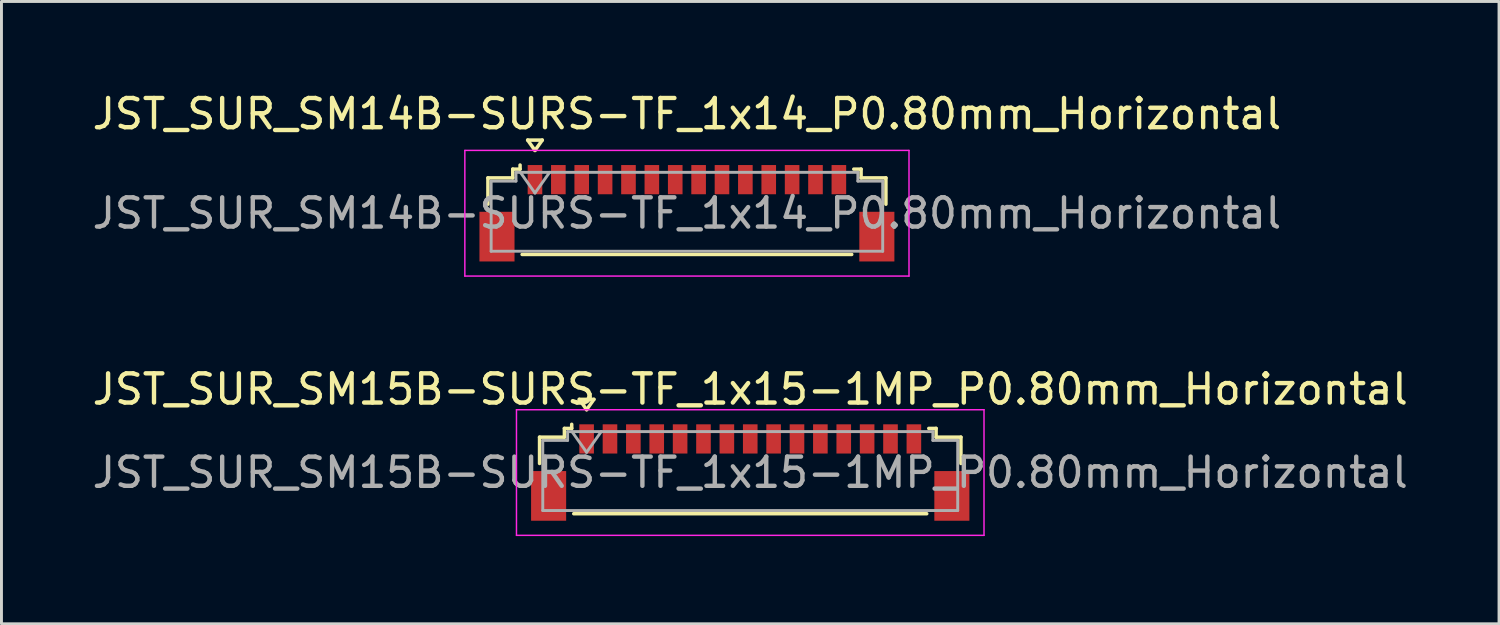
<source format=kicad_pcb>
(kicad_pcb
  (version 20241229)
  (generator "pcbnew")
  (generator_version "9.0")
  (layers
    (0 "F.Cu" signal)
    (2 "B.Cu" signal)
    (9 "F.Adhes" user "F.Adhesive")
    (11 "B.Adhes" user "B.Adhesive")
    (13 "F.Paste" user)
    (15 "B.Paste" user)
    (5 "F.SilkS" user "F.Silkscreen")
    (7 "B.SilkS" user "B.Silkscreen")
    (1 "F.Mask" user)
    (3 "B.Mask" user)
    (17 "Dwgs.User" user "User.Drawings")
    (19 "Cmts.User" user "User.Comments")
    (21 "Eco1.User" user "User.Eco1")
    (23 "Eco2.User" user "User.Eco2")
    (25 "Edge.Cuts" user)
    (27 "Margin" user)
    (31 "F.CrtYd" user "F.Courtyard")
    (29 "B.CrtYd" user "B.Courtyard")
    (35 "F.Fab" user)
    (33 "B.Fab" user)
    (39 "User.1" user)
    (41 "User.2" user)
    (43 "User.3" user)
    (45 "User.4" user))
  (footprint "JST_SUR_SM14B-SURS-TF_1x14_P0.80mm_Horizontal"
    (layer "F.Cu")
    (at 20.458 4.248)
    (property "Reference" "JST_SUR_SM14B-SURS-TF_1x14_P0.80mm_Horizontal" (at 0 -3.4 0) (layer "F.SilkS") (effects (font (size 1 1) (thickness 0.15))))
    (attr smd)
    (fp_line (start -6.81 -1.21) (end -5.96 -1.21) (stroke (width 0.12) (type solid)) (layer "F.SilkS"))
    (fp_line (start -6.81 -0.31) (end -6.81 -1.21) (stroke (width 0.12) (type solid)) (layer "F.SilkS"))
    (fp_line (start -5.96 -1.51) (end -5.71 -1.51) (stroke (width 0.12) (type solid)) (layer "F.SilkS"))
    (fp_line (start -5.96 -1.21) (end -5.96 -1.51) (stroke (width 0.12) (type solid)) (layer "F.SilkS"))
    (fp_line (start -5.71 -1.51) (end -5.71 -1.65) (stroke (width 0.12) (type solid)) (layer "F.SilkS"))
    (fp_line (start -5.64 1.41) (end 5.64 1.41) (stroke (width 0.12) (type solid)) (layer "F.SilkS"))
    (fp_line (start -5.45 -2.504) (end -5.2 -2.15) (stroke (width 0.12) (type solid)) (layer "F.SilkS"))
    (fp_line (start -5.2 -2.15) (end -4.95 -2.504) (stroke (width 0.12) (type solid)) (layer "F.SilkS"))
    (fp_line (start -4.95 -2.504) (end -5.45 -2.504) (stroke (width 0.12) (type solid)) (layer "F.SilkS"))
    (fp_line (start 5.96 -1.51) (end 5.71 -1.51) (stroke (width 0.12) (type solid)) (layer "F.SilkS"))
    (fp_line (start 5.96 -1.21) (end 5.96 -1.51) (stroke (width 0.12) (type solid)) (layer "F.SilkS"))
    (fp_line (start 6.81 -1.21) (end 5.96 -1.21) (stroke (width 0.12) (type solid)) (layer "F.SilkS"))
    (fp_line (start 6.81 -0.31) (end 6.81 -1.21) (stroke (width 0.12) (type solid)) (layer "F.SilkS"))
    (fp_line (start -7.6 -2.15) (end -7.6 2.15) (stroke (width 0.05) (type solid)) (layer "F.CrtYd"))
    (fp_line (start -7.6 2.15) (end 7.6 2.15) (stroke (width 0.05) (type solid)) (layer "F.CrtYd"))
    (fp_line (start 7.6 -2.15) (end -7.6 -2.15) (stroke (width 0.05) (type solid)) (layer "F.CrtYd"))
    (fp_line (start 7.6 2.15) (end 7.6 -2.15) (stroke (width 0.05) (type solid)) (layer "F.CrtYd"))
    (fp_line (start -6.7 -1.1) (end -6.7 1.3) (stroke (width 0.1) (type solid)) (layer "F.Fab"))
    (fp_line (start -6.7 -1.1) (end -5.85 -1.1) (stroke (width 0.1) (type solid)) (layer "F.Fab"))
    (fp_line (start -6.7 1.3) (end 6.7 1.3) (stroke (width 0.1) (type solid)) (layer "F.Fab"))
    (fp_line (start -5.85 -1.4) (end 5.85 -1.4) (stroke (width 0.1) (type solid)) (layer "F.Fab"))
    (fp_line (start -5.85 -1.1) (end -5.85 -1.4) (stroke (width 0.1) (type solid)) (layer "F.Fab"))
    (fp_line (start -5.7 -1.4) (end -5.2 -0.693) (stroke (width 0.1) (type solid)) (layer "F.Fab"))
    (fp_line (start -5.2 -0.693) (end -4.7 -1.4) (stroke (width 0.1) (type solid)) (layer "F.Fab"))
    (fp_line (start 5.85 -1.4) (end 5.85 -1.1) (stroke (width 0.1) (type solid)) (layer "F.Fab"))
    (fp_line (start 5.85 -1.1) (end 6.7 -1.1) (stroke (width 0.1) (type solid)) (layer "F.Fab"))
    (fp_line (start 6.7 -1.1) (end 6.7 1.3) (stroke (width 0.1) (type solid)) (layer "F.Fab"))
    (fp_text user "${REFERENCE}" (at 0 0 0) (layer "F.Fab") (effects (font (size 1 1) (thickness 0.15))))
    (pad "" smd rect (at -6.5 0.8) (size 1.2 1.7) (layers "F.Cu" "F.Mask" "F.Paste"))
    (pad "" smd rect (at 6.5 0.8) (size 1.2 1.7) (layers "F.Cu" "F.Mask" "F.Paste"))
    (pad "1" smd rect (at -5.2 -1.15) (size 0.5 1) (layers "F.Cu" "F.Mask" "F.Paste"))
    (pad "2" smd rect (at -4.4 -1.15) (size 0.5 1) (layers "F.Cu" "F.Mask" "F.Paste"))
    (pad "3" smd rect (at -3.6 -1.15) (size 0.5 1) (layers "F.Cu" "F.Mask" "F.Paste"))
    (pad "4" smd rect (at -2.8 -1.15) (size 0.5 1) (layers "F.Cu" "F.Mask" "F.Paste"))
    (pad "5" smd rect (at -2 -1.15) (size 0.5 1) (layers "F.Cu" "F.Mask" "F.Paste"))
    (pad "6" smd rect (at -1.2 -1.15) (size 0.5 1) (layers "F.Cu" "F.Mask" "F.Paste"))
    (pad "7" smd rect (at -0.4 -1.15) (size 0.5 1) (layers "F.Cu" "F.Mask" "F.Paste"))
    (pad "8" smd rect (at 0.4 -1.15) (size 0.5 1) (layers "F.Cu" "F.Mask" "F.Paste"))
    (pad "9" smd rect (at 1.2 -1.15) (size 0.5 1) (layers "F.Cu" "F.Mask" "F.Paste"))
    (pad "10" smd rect (at 2 -1.15) (size 0.5 1) (layers "F.Cu" "F.Mask" "F.Paste"))
    (pad "11" smd rect (at 2.8 -1.15) (size 0.5 1) (layers "F.Cu" "F.Mask" "F.Paste"))
    (pad "12" smd rect (at 3.6 -1.15) (size 0.5 1) (layers "F.Cu" "F.Mask" "F.Paste"))
    (pad "13" smd rect (at 4.4 -1.15) (size 0.5 1) (layers "F.Cu" "F.Mask" "F.Paste"))
    (pad "14" smd rect (at 5.2 -1.15) (size 0.5 1) (layers "F.Cu" "F.Mask" "F.Paste")))
  (footprint "JST_SUR_SM15B-SURS-TF_1x15-1MP_P0.80mm_Horizontal"
    (layer "F.Cu")
    (at 22.625 13.121)
    (property "Reference" "JST_SUR_SM15B-SURS-TF_1x15-1MP_P0.80mm_Horizontal" (at 0 -2.85 0) (layer "F.SilkS") (effects (font (size 1 1) (thickness 0.15))))
    (attr smd)
    (fp_line (start -7.21 -1.21) (end -6.36 -1.21) (stroke (width 0.12) (type solid)) (layer "F.SilkS"))
    (fp_line (start -7.21 -0.31) (end -7.21 -1.21) (stroke (width 0.12) (type solid)) (layer "F.SilkS"))
    (fp_line (start -6.36 -1.51) (end -6.11 -1.51) (stroke (width 0.12) (type solid)) (layer "F.SilkS"))
    (fp_line (start -6.36 -1.21) (end -6.36 -1.51) (stroke (width 0.12) (type solid)) (layer "F.SilkS"))
    (fp_line (start -6.11 -1.51) (end -6.11 -1.65) (stroke (width 0.12) (type solid)) (layer "F.SilkS"))
    (fp_line (start -6.04 1.41) (end 6.04 1.41) (stroke (width 0.12) (type solid)) (layer "F.SilkS"))
    (fp_line (start -5.85 -2.504) (end -5.6 -2.15) (stroke (width 0.12) (type solid)) (layer "F.SilkS"))
    (fp_line (start -5.6 -2.15) (end -5.35 -2.504) (stroke (width 0.12) (type solid)) (layer "F.SilkS"))
    (fp_line (start -5.35 -2.504) (end -5.85 -2.504) (stroke (width 0.12) (type solid)) (layer "F.SilkS"))
    (fp_line (start 6.36 -1.51) (end 6.11 -1.51) (stroke (width 0.12) (type solid)) (layer "F.SilkS"))
    (fp_line (start 6.36 -1.21) (end 6.36 -1.51) (stroke (width 0.12) (type solid)) (layer "F.SilkS"))
    (fp_line (start 7.21 -1.21) (end 6.36 -1.21) (stroke (width 0.12) (type solid)) (layer "F.SilkS"))
    (fp_line (start 7.21 -0.31) (end 7.21 -1.21) (stroke (width 0.12) (type solid)) (layer "F.SilkS"))
    (fp_line (start -8 -2.15) (end -8 2.15) (stroke (width 0.05) (type solid)) (layer "F.CrtYd"))
    (fp_line (start -8 2.15) (end 8 2.15) (stroke (width 0.05) (type solid)) (layer "F.CrtYd"))
    (fp_line (start 8 -2.15) (end -8 -2.15) (stroke (width 0.05) (type solid)) (layer "F.CrtYd"))
    (fp_line (start 8 2.15) (end 8 -2.15) (stroke (width 0.05) (type solid)) (layer "F.CrtYd"))
    (fp_line (start -7.1 -1.1) (end -7.1 1.3) (stroke (width 0.1) (type solid)) (layer "F.Fab"))
    (fp_line (start -7.1 -1.1) (end -6.25 -1.1) (stroke (width 0.1) (type solid)) (layer "F.Fab"))
    (fp_line (start -7.1 1.3) (end 7.1 1.3) (stroke (width 0.1) (type solid)) (layer "F.Fab"))
    (fp_line (start -6.25 -1.4) (end 6.25 -1.4) (stroke (width 0.1) (type solid)) (layer "F.Fab"))
    (fp_line (start -6.25 -1.1) (end -6.25 -1.4) (stroke (width 0.1) (type solid)) (layer "F.Fab"))
    (fp_line (start -6.1 -1.4) (end -5.6 -0.693) (stroke (width 0.1) (type solid)) (layer "F.Fab"))
    (fp_line (start -5.6 -0.693) (end -5.1 -1.4) (stroke (width 0.1) (type solid)) (layer "F.Fab"))
    (fp_line (start 6.25 -1.4) (end 6.25 -1.1) (stroke (width 0.1) (type solid)) (layer "F.Fab"))
    (fp_line (start 6.25 -1.1) (end 7.1 -1.1) (stroke (width 0.1) (type solid)) (layer "F.Fab"))
    (fp_line (start 7.1 -1.1) (end 7.1 1.3) (stroke (width 0.1) (type solid)) (layer "F.Fab"))
    (fp_text user "${REFERENCE}" (at 0 0 0) (layer "F.Fab") (effects (font (size 1 1) (thickness 0.15))))
    (pad "1" smd rect (at -5.6 -1.15) (size 0.5 1) (layers "F.Cu" "F.Mask" "F.Paste"))
    (pad "2" smd rect (at -4.8 -1.15) (size 0.5 1) (layers "F.Cu" "F.Mask" "F.Paste"))
    (pad "3" smd rect (at -4 -1.15) (size 0.5 1) (layers "F.Cu" "F.Mask" "F.Paste"))
    (pad "4" smd rect (at -3.2 -1.15) (size 0.5 1) (layers "F.Cu" "F.Mask" "F.Paste"))
    (pad "5" smd rect (at -2.4 -1.15) (size 0.5 1) (layers "F.Cu" "F.Mask" "F.Paste"))
    (pad "6" smd rect (at -1.6 -1.15) (size 0.5 1) (layers "F.Cu" "F.Mask" "F.Paste"))
    (pad "7" smd rect (at -0.8 -1.15) (size 0.5 1) (layers "F.Cu" "F.Mask" "F.Paste"))
    (pad "8" smd rect (at 0 -1.15) (size 0.5 1) (layers "F.Cu" "F.Mask" "F.Paste"))
    (pad "9" smd rect (at 0.8 -1.15) (size 0.5 1) (layers "F.Cu" "F.Mask" "F.Paste"))
    (pad "10" smd rect (at 1.6 -1.15) (size 0.5 1) (layers "F.Cu" "F.Mask" "F.Paste"))
    (pad "11" smd rect (at 2.4 -1.15) (size 0.5 1) (layers "F.Cu" "F.Mask" "F.Paste"))
    (pad "12" smd rect (at 3.2 -1.15) (size 0.5 1) (layers "F.Cu" "F.Mask" "F.Paste"))
    (pad "13" smd rect (at 4 -1.15) (size 0.5 1) (layers "F.Cu" "F.Mask" "F.Paste"))
    (pad "14" smd rect (at 4.8 -1.15) (size 0.5 1) (layers "F.Cu" "F.Mask" "F.Paste"))
    (pad "15" smd rect (at 5.6 -1.15) (size 0.5 1) (layers "F.Cu" "F.Mask" "F.Paste"))
    (pad "MP" smd rect (at -6.9 0.8) (size 1.2 1.7) (layers "F.Cu" "F.Mask" "F.Paste"))
    (pad "MP" smd rect (at 6.9 0.8) (size 1.2 1.7) (layers "F.Cu" "F.Mask" "F.Paste")))
  (gr_rect
    (start -3 -3)
    (end 48.25 18.297)
    (stroke (width 0.1) (type default))
    (fill no)
    (layer "Edge.Cuts")))
</source>
